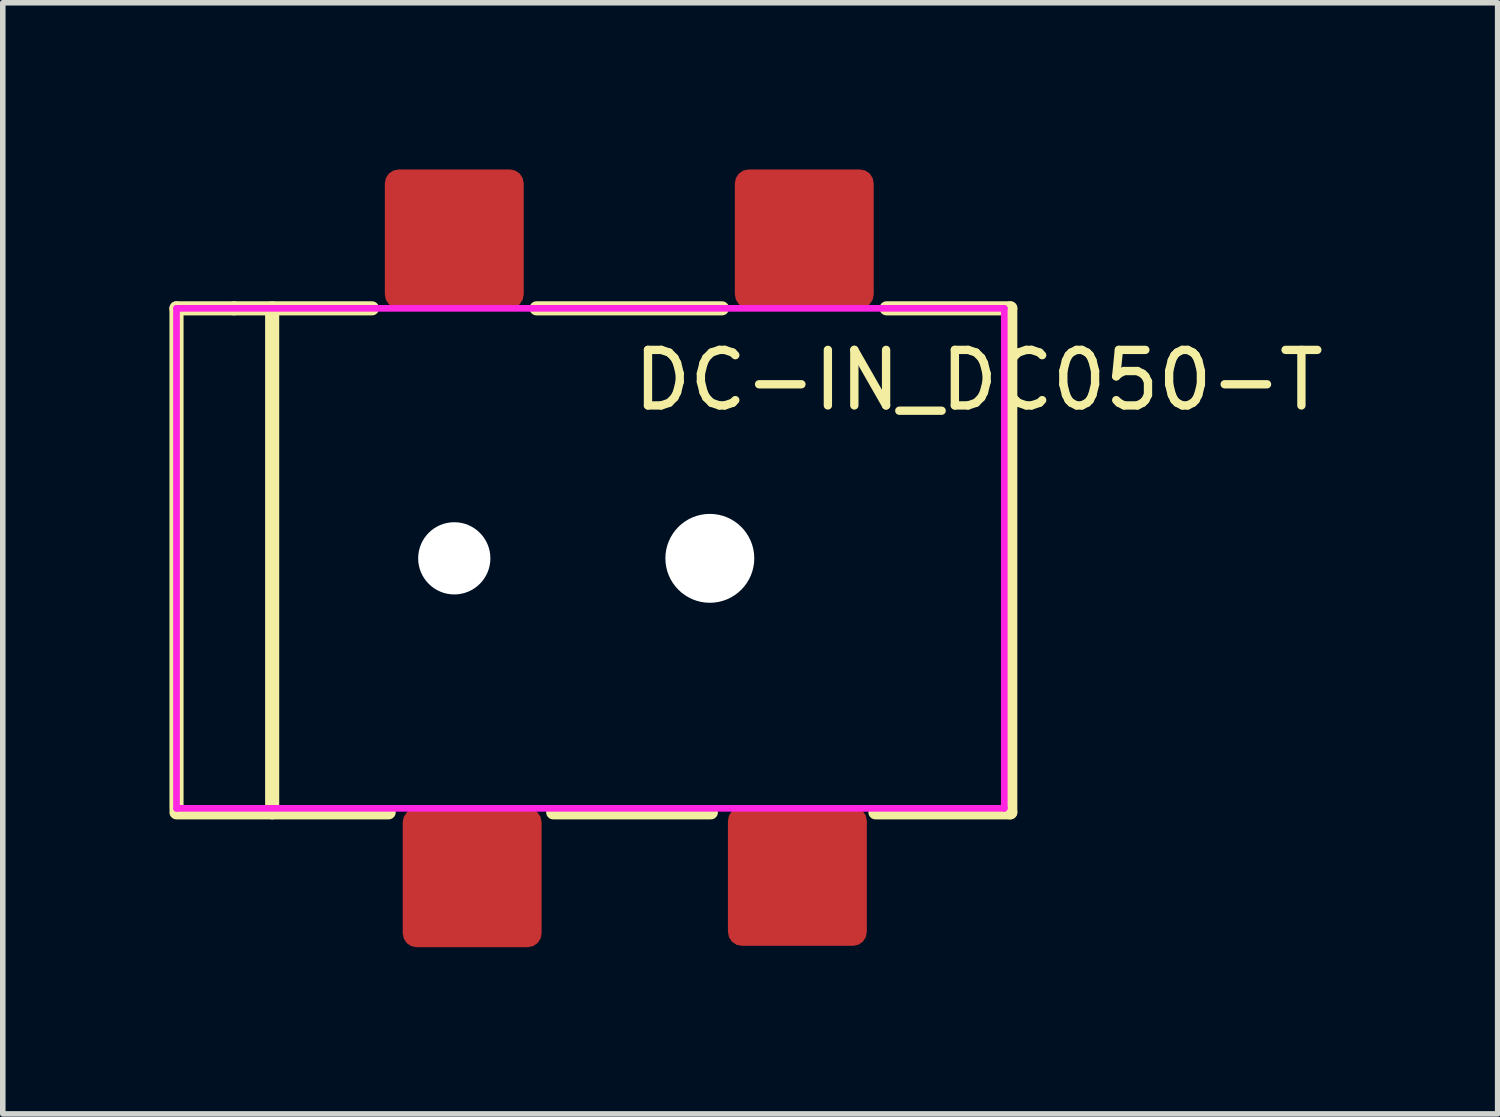
<source format=kicad_pcb>
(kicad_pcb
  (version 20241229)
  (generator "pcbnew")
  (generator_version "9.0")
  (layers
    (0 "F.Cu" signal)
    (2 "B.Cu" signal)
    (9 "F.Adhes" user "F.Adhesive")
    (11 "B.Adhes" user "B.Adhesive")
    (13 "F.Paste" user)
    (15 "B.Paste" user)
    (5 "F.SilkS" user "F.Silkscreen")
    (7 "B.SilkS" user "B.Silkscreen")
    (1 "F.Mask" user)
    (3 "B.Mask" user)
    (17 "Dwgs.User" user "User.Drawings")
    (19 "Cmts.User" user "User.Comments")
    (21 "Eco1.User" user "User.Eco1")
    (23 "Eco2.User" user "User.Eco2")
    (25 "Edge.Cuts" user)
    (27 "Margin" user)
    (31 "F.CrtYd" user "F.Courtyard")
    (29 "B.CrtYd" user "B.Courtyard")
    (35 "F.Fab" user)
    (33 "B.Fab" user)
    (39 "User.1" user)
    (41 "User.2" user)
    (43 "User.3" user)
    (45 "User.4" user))
  (footprint "DC-IN_DC050-T"
    (layer "F.Cu")
    (at 8.277 7)
    (property "Reference" "DC-IN_DC050-T" (at 0 -3.207 0) (layer "F.SilkS") (effects (font (size 1 1) (thickness 0.15)) (justify left)))
    (attr through_hole)
    (fp_line (start -8.15 -4.5) (end -8.15 4.5) (stroke (width 0.254) (type solid)) (layer "F.SilkS"))
    (fp_line (start -8.15 -4.5) (end -7.112 -4.5) (stroke (width 0.254) (type solid)) (layer "F.SilkS"))
    (fp_line (start -7.112 -4.5) (end -4.631 -4.5) (stroke (width 0.254) (type solid)) (layer "F.SilkS"))
    (fp_line (start -6.428 -4.5) (end -6.428 4.572) (stroke (width 0.254) (type solid)) (layer "F.SilkS"))
    (fp_line (start -4.331 4.572) (end -8.15 4.572) (stroke (width 0.254) (type solid)) (layer "F.SilkS"))
    (fp_line (start -1.669 -4.5) (end 1.669 -4.5) (stroke (width 0.254) (type solid)) (layer "F.SilkS"))
    (fp_line (start 1.469 4.572) (end -1.369 4.572) (stroke (width 0.254) (type solid)) (layer "F.SilkS"))
    (fp_line (start 4.631 -4.5) (end 6.858 -4.5) (stroke (width 0.254) (type solid)) (layer "F.SilkS"))
    (fp_line (start 6.858 -4.5) (end 6.858 4.572) (stroke (width 0.254) (type solid)) (layer "F.SilkS"))
    (fp_line (start 6.858 4.572) (end 4.431 4.572) (stroke (width 0.254) (type solid)) (layer "F.SilkS"))
    (fp_circle (center -3.15 0) (end -2.875 0) (stroke (width 0.55) (type solid)) (fill no) (layer "Dwgs.User"))
    (fp_circle (center 1.45 0) (end 1.8 0) (stroke (width 0.7) (type solid)) (fill no) (layer "Dwgs.User"))
    (fp_line (start -8.15 -4.5) (end 6.75 -4.5) (stroke (width 0.12) (type solid)) (layer "F.CrtYd"))
    (fp_line (start -8.15 4.5) (end -8.15 -4.5) (stroke (width 0.12) (type solid)) (layer "F.CrtYd"))
    (fp_line (start 6.75 -4.5) (end 6.75 4.5) (stroke (width 0.12) (type solid)) (layer "F.CrtYd"))
    (fp_line (start 6.75 4.5) (end -8.15 4.5) (stroke (width 0.12) (type solid)) (layer "F.CrtYd"))
    (pad "" np_thru_hole circle (at -3.15 0) (size 1.3 1.3) (drill 1.3) (layers "*.Cu" "*.Mask"))
    (pad "" np_thru_hole circle (at 1.45 0) (size 1.6 1.6) (drill 1.6) (layers "*.Cu" "*.Mask"))
    (pad "1" smd roundrect (at -3.15 -5.75) (size 2.5 2.5) (layers "F.Cu" "F.Mask" "F.Paste") (roundrect_rratio 0.1))
    (pad "1" smd roundrect (at 3.15 -5.75) (size 2.5 2.5) (layers "F.Cu" "F.Mask" "F.Paste") (roundrect_rratio 0.1))
    (pad "2" smd roundrect (at -2.828 5.75) (size 2.5 2.5) (layers "F.Cu" "F.Mask" "F.Paste") (roundrect_rratio 0.1))
    (pad "3" smd roundrect (at 3.026 5.725) (size 2.5 2.5) (layers "F.Cu" "F.Mask" "F.Paste") (roundrect_rratio 0.1)))
  (gr_rect
    (start -3 -3)
    (end 23.908 17)
    (stroke (width 0.1) (type default))
    (fill no)
    (layer "Edge.Cuts")))
</source>
